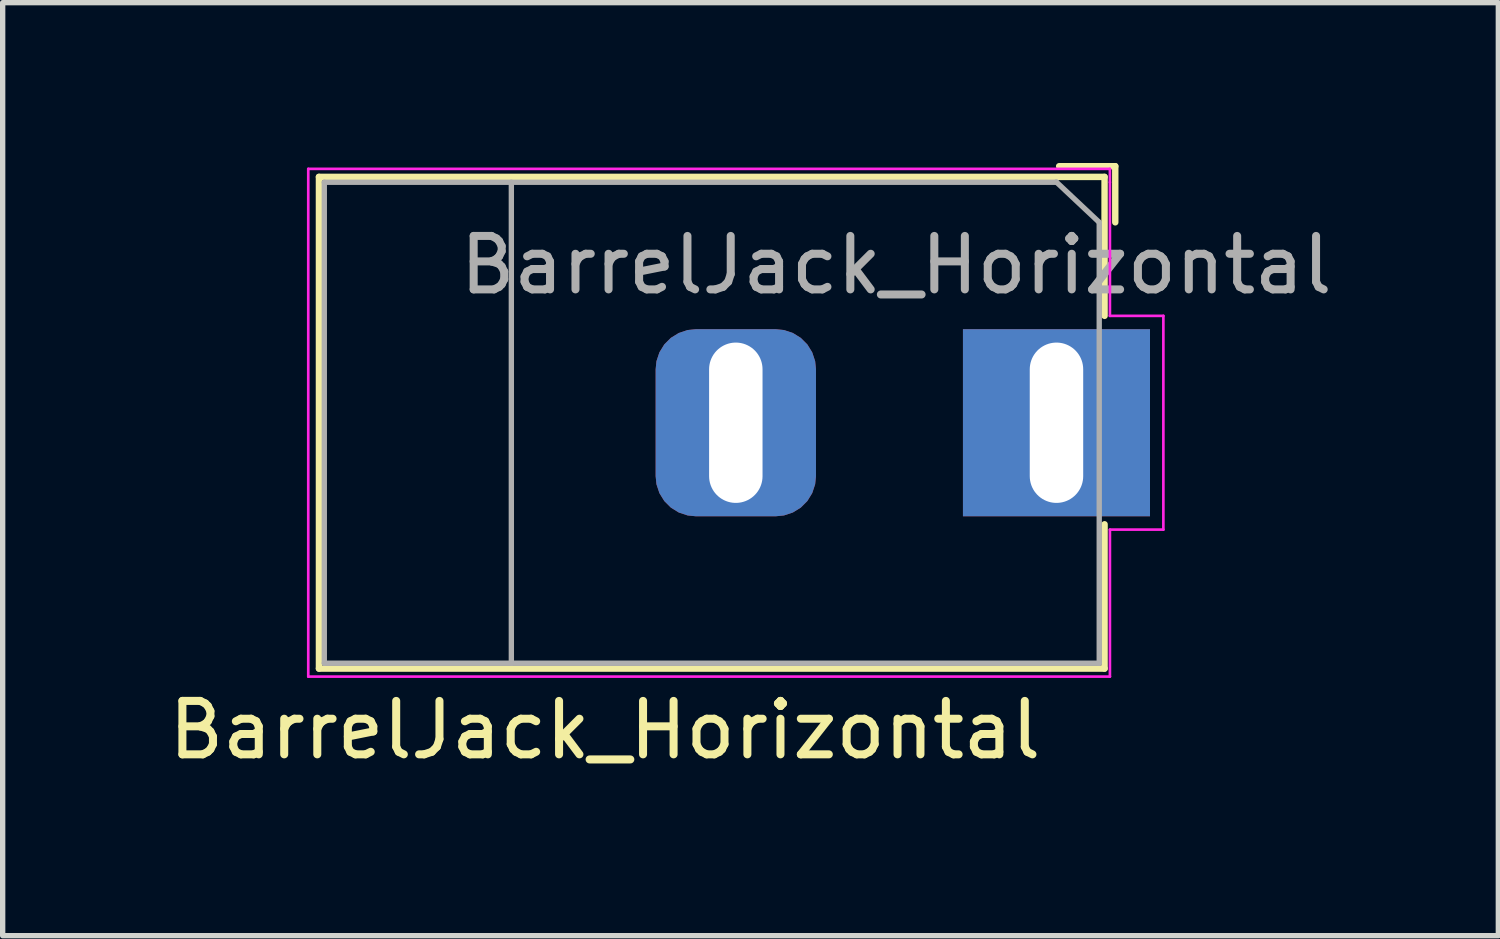
<source format=kicad_pcb>
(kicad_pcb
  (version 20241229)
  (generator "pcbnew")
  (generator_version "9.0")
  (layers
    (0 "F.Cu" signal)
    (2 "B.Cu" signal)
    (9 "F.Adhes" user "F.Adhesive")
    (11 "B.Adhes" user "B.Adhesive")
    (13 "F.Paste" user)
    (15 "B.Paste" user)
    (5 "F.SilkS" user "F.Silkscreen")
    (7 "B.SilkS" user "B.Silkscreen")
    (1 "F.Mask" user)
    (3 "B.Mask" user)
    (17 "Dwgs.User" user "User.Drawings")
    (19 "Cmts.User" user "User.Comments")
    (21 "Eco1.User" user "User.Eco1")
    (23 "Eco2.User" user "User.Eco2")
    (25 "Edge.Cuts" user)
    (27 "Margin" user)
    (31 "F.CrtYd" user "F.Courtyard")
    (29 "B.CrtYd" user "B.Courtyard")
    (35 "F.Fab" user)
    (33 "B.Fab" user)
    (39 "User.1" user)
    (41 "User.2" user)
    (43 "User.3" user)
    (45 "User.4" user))
  (footprint "BarrelJack_Horizontal"
    (layer "F.Cu")
    (at 16.718 4.86)
    (property "Reference" "BarrelJack_Horizontal" (at -8.45 5.75 0) (layer "F.SilkS") (effects (font (size 1 1) (thickness 0.15))))
    (attr through_hole)
    (fp_line (start -13.8 -4.6) (end 0.9 -4.6) (stroke (width 0.12) (type solid)) (layer "F.SilkS"))
    (fp_line (start -13.8 4.6) (end -13.8 -4.6) (stroke (width 0.12) (type solid)) (layer "F.SilkS"))
    (fp_line (start 0.05 -4.8) (end 1.1 -4.8) (stroke (width 0.12) (type solid)) (layer "F.SilkS"))
    (fp_line (start 0.9 -4.6) (end 0.9 -2) (stroke (width 0.12) (type solid)) (layer "F.SilkS"))
    (fp_line (start 0.9 1.9) (end 0.9 4.6) (stroke (width 0.12) (type solid)) (layer "F.SilkS"))
    (fp_line (start 0.9 4.6) (end -13.8 4.6) (stroke (width 0.12) (type solid)) (layer "F.SilkS"))
    (fp_line (start 1.1 -3.75) (end 1.1 -4.8) (stroke (width 0.12) (type solid)) (layer "F.SilkS"))
    (fp_line (start -14 4.75) (end -14 -4.75) (stroke (width 0.05) (type solid)) (layer "F.CrtYd"))
    (fp_line (start 1 -4.75) (end -14 -4.75) (stroke (width 0.05) (type solid)) (layer "F.CrtYd"))
    (fp_line (start 1 -4.5) (end 1 -4.75) (stroke (width 0.05) (type solid)) (layer "F.CrtYd"))
    (fp_line (start 1 -4.5) (end 1 -2) (stroke (width 0.05) (type solid)) (layer "F.CrtYd"))
    (fp_line (start 1 -2) (end 2 -2) (stroke (width 0.05) (type solid)) (layer "F.CrtYd"))
    (fp_line (start 1 2) (end 1 4.75) (stroke (width 0.05) (type solid)) (layer "F.CrtYd"))
    (fp_line (start 1 4.75) (end -14 4.75) (stroke (width 0.05) (type solid)) (layer "F.CrtYd"))
    (fp_line (start 2 -2) (end 2 2) (stroke (width 0.05) (type solid)) (layer "F.CrtYd"))
    (fp_line (start 2 2) (end 1 2) (stroke (width 0.05) (type solid)) (layer "F.CrtYd"))
    (fp_line (start -13.7 -4.5) (end -13.7 4.5) (stroke (width 0.1) (type solid)) (layer "F.Fab"))
    (fp_line (start -13.7 4.5) (end 0.8 4.5) (stroke (width 0.1) (type solid)) (layer "F.Fab"))
    (fp_line (start -10.2 -4.5) (end -10.2 4.5) (stroke (width 0.1) (type solid)) (layer "F.Fab"))
    (fp_line (start -0.003 -4.505) (end 0.8 -3.75) (stroke (width 0.1) (type solid)) (layer "F.Fab"))
    (fp_line (start 0 -4.5) (end -13.7 -4.5) (stroke (width 0.1) (type solid)) (layer "F.Fab"))
    (fp_line (start 0.8 4.5) (end 0.8 -3.75) (stroke (width 0.1) (type solid)) (layer "F.Fab"))
    (fp_text user "${REFERENCE}" (at -3 -2.95 0) (layer "F.Fab") (effects (font (size 1 1) (thickness 0.15))))
    (pad "1" thru_hole rect (at 0 0) (size 3.5 3.5) (drill oval 1 3) (layers "*.Cu" "*.Mask"))
    (pad "2" thru_hole roundrect (at -6 0) (size 3 3.5) (drill oval 1 3) (layers "*.Cu" "*.Mask") (roundrect_rratio 0.25)))
  (gr_rect
    (start -3 -3)
    (end 24.986 14.458)
    (stroke (width 0.1) (type default))
    (fill no)
    (layer "Edge.Cuts")))
</source>
